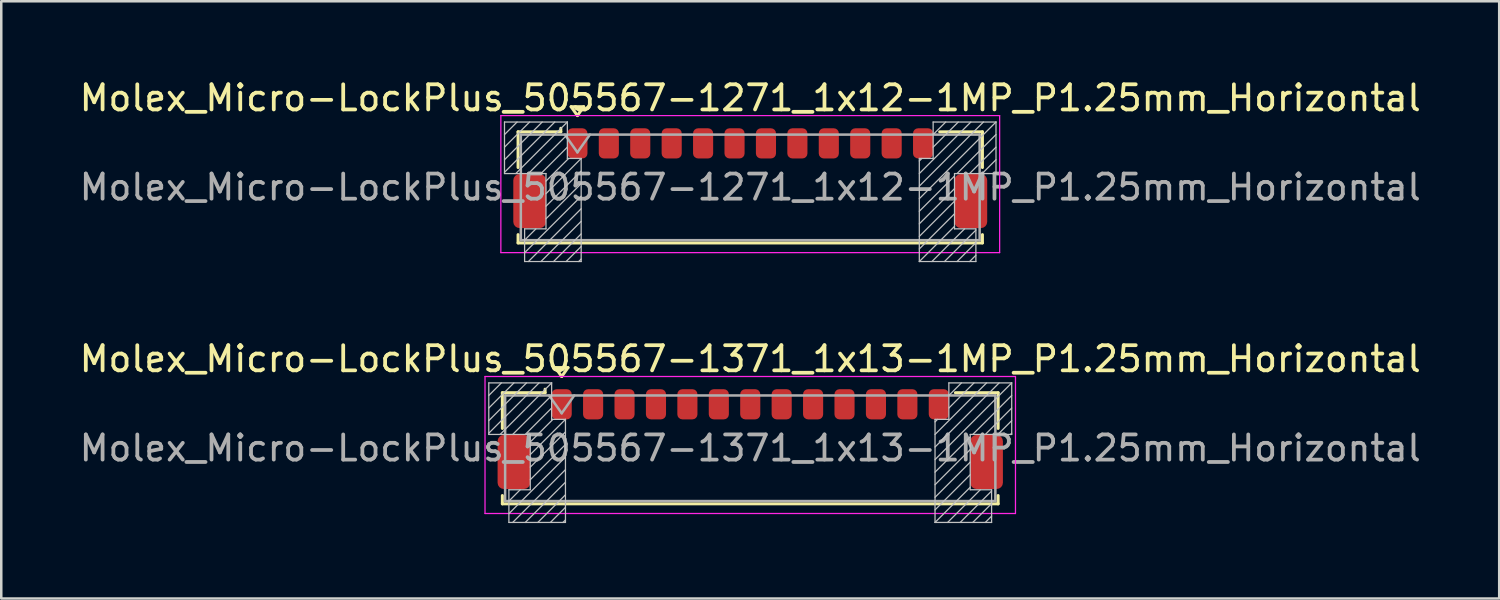
<source format=kicad_pcb>
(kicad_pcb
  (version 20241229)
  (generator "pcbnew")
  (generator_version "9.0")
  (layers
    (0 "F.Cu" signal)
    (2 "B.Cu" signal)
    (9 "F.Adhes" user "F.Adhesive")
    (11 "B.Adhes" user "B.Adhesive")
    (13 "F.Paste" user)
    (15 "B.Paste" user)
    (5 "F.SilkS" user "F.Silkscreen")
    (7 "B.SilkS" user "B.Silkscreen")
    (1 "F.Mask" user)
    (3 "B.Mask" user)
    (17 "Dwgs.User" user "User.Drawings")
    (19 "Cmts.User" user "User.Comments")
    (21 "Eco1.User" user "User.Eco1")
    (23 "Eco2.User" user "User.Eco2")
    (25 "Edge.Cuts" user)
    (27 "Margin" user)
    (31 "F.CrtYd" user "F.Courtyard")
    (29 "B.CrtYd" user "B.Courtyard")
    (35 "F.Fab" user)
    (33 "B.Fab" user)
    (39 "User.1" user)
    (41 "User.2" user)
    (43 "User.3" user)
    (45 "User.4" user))
  (footprint "Molex_Micro-LockPlus_505567-1371_1x13-1MP_P1.25mm_Horizontal"
    (layer "F.Cu")
    (at 26.792 14.416)
    (property "Reference" "Molex_Micro-LockPlus_505567-1371_1x13-1MP_P1.25mm_Horizontal" (at 0 -3.19 0) (layer "F.SilkS") (effects (font (size 1 1) (thickness 0.15))))
    (attr smd)
    (fp_line (start -9.86 -1.845) (end -8.16 -1.845) (stroke (width 0.12) (type solid)) (layer "F.SilkS"))
    (fp_line (start -9.86 -0.425) (end -9.86 -1.845) (stroke (width 0.12) (type solid)) (layer "F.SilkS"))
    (fp_line (start -9.86 2.245) (end -9.86 2.575) (stroke (width 0.12) (type solid)) (layer "F.SilkS"))
    (fp_line (start -9.86 2.575) (end 9.86 2.575) (stroke (width 0.12) (type solid)) (layer "F.SilkS"))
    (fp_line (start -8.16 -1.845) (end -8.16 -1.985) (stroke (width 0.12) (type solid)) (layer "F.SilkS"))
    (fp_line (start -7.75 -2.844) (end -7.5 -2.49) (stroke (width 0.12) (type solid)) (layer "F.SilkS"))
    (fp_line (start -7.5 -2.49) (end -7.25 -2.844) (stroke (width 0.12) (type solid)) (layer "F.SilkS"))
    (fp_line (start -7.25 -2.844) (end -7.75 -2.844) (stroke (width 0.12) (type solid)) (layer "F.SilkS"))
    (fp_line (start 9.86 -1.845) (end 8.16 -1.845) (stroke (width 0.12) (type solid)) (layer "F.SilkS"))
    (fp_line (start 9.86 -0.425) (end 9.86 -1.845) (stroke (width 0.12) (type solid)) (layer "F.SilkS"))
    (fp_line (start 9.86 2.575) (end 9.86 2.245) (stroke (width 0.12) (type solid)) (layer "F.SilkS"))
    (fp_line (start -10.4 -2.235) (end -7.9 -2.235) (stroke (width 0.05) (type solid)) (layer "Dwgs.User"))
    (fp_line (start -10.4 -0.185) (end -10.4 -2.235) (stroke (width 0.05) (type solid)) (layer "Dwgs.User"))
    (fp_line (start -9.9 -2.235) (end -10.4 -1.735) (stroke (width 0.05) (type solid)) (layer "Dwgs.User"))
    (fp_line (start -9.6 2.015) (end -8.75 2.015) (stroke (width 0.05) (type solid)) (layer "Dwgs.User"))
    (fp_line (start -9.6 3.315) (end -9.6 2.015) (stroke (width 0.05) (type solid)) (layer "Dwgs.User"))
    (fp_line (start -9.4 -2.235) (end -10.4 -1.235) (stroke (width 0.05) (type solid)) (layer "Dwgs.User"))
    (fp_line (start -9.15 2.015) (end -9.6 2.465) (stroke (width 0.05) (type solid)) (layer "Dwgs.User"))
    (fp_line (start -8.9 -2.235) (end -10.4 -0.735) (stroke (width 0.05) (type solid)) (layer "Dwgs.User"))
    (fp_line (start -8.75 -0.185) (end -10.4 -0.185) (stroke (width 0.05) (type solid)) (layer "Dwgs.User"))
    (fp_line (start -8.75 2.015) (end -8.75 -0.185) (stroke (width 0.05) (type solid)) (layer "Dwgs.User"))
    (fp_line (start -8.4 -2.235) (end -10.4 -0.235) (stroke (width 0.05) (type solid)) (layer "Dwgs.User"))
    (fp_line (start -7.9 -2.235) (end -9.95 -0.185) (stroke (width 0.05) (type solid)) (layer "Dwgs.User"))
    (fp_line (start -7.9 -2.235) (end -7.9 -0.785) (stroke (width 0.05) (type solid)) (layer "Dwgs.User"))
    (fp_line (start -7.9 -1.735) (end -9.45 -0.185) (stroke (width 0.05) (type solid)) (layer "Dwgs.User"))
    (fp_line (start -7.9 -1.235) (end -8.95 -0.185) (stroke (width 0.05) (type solid)) (layer "Dwgs.User"))
    (fp_line (start -7.9 -0.785) (end -7.35 -0.785) (stroke (width 0.05) (type solid)) (layer "Dwgs.User"))
    (fp_line (start -7.85 -0.785) (end -8.75 0.115) (stroke (width 0.05) (type solid)) (layer "Dwgs.User"))
    (fp_line (start -7.35 -0.785) (end -8.75 0.615) (stroke (width 0.05) (type solid)) (layer "Dwgs.User"))
    (fp_line (start -7.35 -0.785) (end -7.35 3.315) (stroke (width 0.05) (type solid)) (layer "Dwgs.User"))
    (fp_line (start -7.35 -0.285) (end -8.75 1.115) (stroke (width 0.05) (type solid)) (layer "Dwgs.User"))
    (fp_line (start -7.35 0.215) (end -8.75 1.615) (stroke (width 0.05) (type solid)) (layer "Dwgs.User"))
    (fp_line (start -7.35 0.715) (end -9.6 2.965) (stroke (width 0.05) (type solid)) (layer "Dwgs.User"))
    (fp_line (start -7.35 1.215) (end -9.45 3.315) (stroke (width 0.05) (type solid)) (layer "Dwgs.User"))
    (fp_line (start -7.35 1.715) (end -8.95 3.315) (stroke (width 0.05) (type solid)) (layer "Dwgs.User"))
    (fp_line (start -7.35 2.215) (end -8.45 3.315) (stroke (width 0.05) (type solid)) (layer "Dwgs.User"))
    (fp_line (start -7.35 2.715) (end -7.95 3.315) (stroke (width 0.05) (type solid)) (layer "Dwgs.User"))
    (fp_line (start -7.35 3.215) (end -7.45 3.315) (stroke (width 0.05) (type solid)) (layer "Dwgs.User"))
    (fp_line (start -7.35 3.315) (end -9.6 3.315) (stroke (width 0.05) (type solid)) (layer "Dwgs.User"))
    (fp_line (start 7.35 -0.785) (end 7.35 3.315) (stroke (width 0.05) (type solid)) (layer "Dwgs.User"))
    (fp_line (start 7.35 3.315) (end 9.6 3.315) (stroke (width 0.05) (type solid)) (layer "Dwgs.User"))
    (fp_line (start 7.45 -0.785) (end 7.35 -0.685) (stroke (width 0.05) (type solid)) (layer "Dwgs.User"))
    (fp_line (start 7.9 -2.235) (end 7.9 -0.785) (stroke (width 0.05) (type solid)) (layer "Dwgs.User"))
    (fp_line (start 7.9 -0.785) (end 7.35 -0.785) (stroke (width 0.05) (type solid)) (layer "Dwgs.User"))
    (fp_line (start 8.4 -2.235) (end 7.9 -1.735) (stroke (width 0.05) (type solid)) (layer "Dwgs.User"))
    (fp_line (start 8.75 -0.185) (end 10.4 -0.185) (stroke (width 0.05) (type solid)) (layer "Dwgs.User"))
    (fp_line (start 8.75 -0.085) (end 7.35 1.315) (stroke (width 0.05) (type solid)) (layer "Dwgs.User"))
    (fp_line (start 8.75 0.415) (end 7.35 1.815) (stroke (width 0.05) (type solid)) (layer "Dwgs.User"))
    (fp_line (start 8.75 0.915) (end 7.35 2.315) (stroke (width 0.05) (type solid)) (layer "Dwgs.User"))
    (fp_line (start 8.75 1.415) (end 7.35 2.815) (stroke (width 0.05) (type solid)) (layer "Dwgs.User"))
    (fp_line (start 8.75 1.915) (end 7.35 3.315) (stroke (width 0.05) (type solid)) (layer "Dwgs.User"))
    (fp_line (start 8.75 2.015) (end 8.75 -0.185) (stroke (width 0.05) (type solid)) (layer "Dwgs.User"))
    (fp_line (start 8.9 -2.235) (end 7.9 -1.235) (stroke (width 0.05) (type solid)) (layer "Dwgs.User"))
    (fp_line (start 9.15 2.015) (end 7.85 3.315) (stroke (width 0.05) (type solid)) (layer "Dwgs.User"))
    (fp_line (start 9.4 -2.235) (end 7.35 -0.185) (stroke (width 0.05) (type solid)) (layer "Dwgs.User"))
    (fp_line (start 9.6 2.015) (end 8.75 2.015) (stroke (width 0.05) (type solid)) (layer "Dwgs.User"))
    (fp_line (start 9.6 2.065) (end 8.35 3.315) (stroke (width 0.05) (type solid)) (layer "Dwgs.User"))
    (fp_line (start 9.6 2.565) (end 8.85 3.315) (stroke (width 0.05) (type solid)) (layer "Dwgs.User"))
    (fp_line (start 9.6 3.065) (end 9.35 3.315) (stroke (width 0.05) (type solid)) (layer "Dwgs.User"))
    (fp_line (start 9.6 3.315) (end 9.6 2.015) (stroke (width 0.05) (type solid)) (layer "Dwgs.User"))
    (fp_line (start 9.9 -2.235) (end 7.35 0.315) (stroke (width 0.05) (type solid)) (layer "Dwgs.User"))
    (fp_line (start 10.4 -2.235) (end 7.35 0.815) (stroke (width 0.05) (type solid)) (layer "Dwgs.User"))
    (fp_line (start 10.4 -2.235) (end 7.9 -2.235) (stroke (width 0.05) (type solid)) (layer "Dwgs.User"))
    (fp_line (start 10.4 -1.735) (end 8.85 -0.185) (stroke (width 0.05) (type solid)) (layer "Dwgs.User"))
    (fp_line (start 10.4 -1.235) (end 9.35 -0.185) (stroke (width 0.05) (type solid)) (layer "Dwgs.User"))
    (fp_line (start 10.4 -0.735) (end 9.85 -0.185) (stroke (width 0.05) (type solid)) (layer "Dwgs.User"))
    (fp_line (start 10.4 -0.235) (end 10.35 -0.185) (stroke (width 0.05) (type solid)) (layer "Dwgs.User"))
    (fp_line (start 10.4 -0.185) (end 10.4 -2.235) (stroke (width 0.05) (type solid)) (layer "Dwgs.User"))
    (fp_line (start -10.55 -2.49) (end -10.55 2.96) (stroke (width 0.05) (type solid)) (layer "F.CrtYd"))
    (fp_line (start -10.55 2.96) (end 10.55 2.96) (stroke (width 0.05) (type solid)) (layer "F.CrtYd"))
    (fp_line (start 10.55 -2.49) (end -10.55 -2.49) (stroke (width 0.05) (type solid)) (layer "F.CrtYd"))
    (fp_line (start 10.55 2.96) (end 10.55 -2.49) (stroke (width 0.05) (type solid)) (layer "F.CrtYd"))
    (fp_line (start -9.75 -1.735) (end -9.75 2.465) (stroke (width 0.1) (type solid)) (layer "F.Fab"))
    (fp_line (start -9.75 -1.735) (end 9.75 -1.735) (stroke (width 0.1) (type solid)) (layer "F.Fab"))
    (fp_line (start -9.75 2.465) (end 9.75 2.465) (stroke (width 0.1) (type solid)) (layer "F.Fab"))
    (fp_line (start -8 -1.735) (end -7.5 -1.028) (stroke (width 0.1) (type solid)) (layer "F.Fab"))
    (fp_line (start -7.5 -1.028) (end -7 -1.735) (stroke (width 0.1) (type solid)) (layer "F.Fab"))
    (fp_line (start 9.75 -1.735) (end 9.75 2.465) (stroke (width 0.1) (type solid)) (layer "F.Fab"))
    (fp_text user "${REFERENCE}" (at 0 0.36 0) (layer "F.Fab") (effects (font (size 1 1) (thickness 0.15))))
    (pad "1" smd roundrect (at -7.5 -1.385) (size 0.8 1.2) (layers "F.Cu" "F.Mask" "F.Paste") (roundrect_rratio 0.25))
    (pad "2" smd roundrect (at -6.25 -1.385) (size 0.8 1.2) (layers "F.Cu" "F.Mask" "F.Paste") (roundrect_rratio 0.25))
    (pad "3" smd roundrect (at -5 -1.385) (size 0.8 1.2) (layers "F.Cu" "F.Mask" "F.Paste") (roundrect_rratio 0.25))
    (pad "4" smd roundrect (at -3.75 -1.385) (size 0.8 1.2) (layers "F.Cu" "F.Mask" "F.Paste") (roundrect_rratio 0.25))
    (pad "5" smd roundrect (at -2.5 -1.385) (size 0.8 1.2) (layers "F.Cu" "F.Mask" "F.Paste") (roundrect_rratio 0.25))
    (pad "6" smd roundrect (at -1.25 -1.385) (size 0.8 1.2) (layers "F.Cu" "F.Mask" "F.Paste") (roundrect_rratio 0.25))
    (pad "7" smd roundrect (at 0 -1.385) (size 0.8 1.2) (layers "F.Cu" "F.Mask" "F.Paste") (roundrect_rratio 0.25))
    (pad "8" smd roundrect (at 1.25 -1.385) (size 0.8 1.2) (layers "F.Cu" "F.Mask" "F.Paste") (roundrect_rratio 0.25))
    (pad "9" smd roundrect (at 2.5 -1.385) (size 0.8 1.2) (layers "F.Cu" "F.Mask" "F.Paste") (roundrect_rratio 0.25))
    (pad "10" smd roundrect (at 3.75 -1.385) (size 0.8 1.2) (layers "F.Cu" "F.Mask" "F.Paste") (roundrect_rratio 0.25))
    (pad "11" smd roundrect (at 5 -1.385) (size 0.8 1.2) (layers "F.Cu" "F.Mask" "F.Paste") (roundrect_rratio 0.25))
    (pad "12" smd roundrect (at 6.25 -1.385) (size 0.8 1.2) (layers "F.Cu" "F.Mask" "F.Paste") (roundrect_rratio 0.25))
    (pad "13" smd roundrect (at 7.5 -1.385) (size 0.8 1.2) (layers "F.Cu" "F.Mask" "F.Paste") (roundrect_rratio 0.25))
    (pad "MP" smd roundrect (at -9.4 0.91) (size 1.3 2.15) (layers "F.Cu" "F.Mask" "F.Paste") (roundrect_rratio 0.192))
    (pad "MP" smd roundrect (at 9.4 0.91) (size 1.3 2.15) (layers "F.Cu" "F.Mask" "F.Paste") (roundrect_rratio 0.192)))
  (footprint "Molex_Micro-LockPlus_505567-1271_1x12-1MP_P1.25mm_Horizontal"
    (layer "F.Cu")
    (at 26.792 4.038)
    (property "Reference" "Molex_Micro-LockPlus_505567-1271_1x12-1MP_P1.25mm_Horizontal" (at 0 -3.19 0) (layer "F.SilkS") (effects (font (size 1 1) (thickness 0.15))))
    (attr smd)
    (fp_line (start -9.235 -1.845) (end -7.535 -1.845) (stroke (width 0.12) (type solid)) (layer "F.SilkS"))
    (fp_line (start -9.235 -0.425) (end -9.235 -1.845) (stroke (width 0.12) (type solid)) (layer "F.SilkS"))
    (fp_line (start -9.235 2.245) (end -9.235 2.575) (stroke (width 0.12) (type solid)) (layer "F.SilkS"))
    (fp_line (start -9.235 2.575) (end 9.235 2.575) (stroke (width 0.12) (type solid)) (layer "F.SilkS"))
    (fp_line (start -7.535 -1.845) (end -7.535 -1.985) (stroke (width 0.12) (type solid)) (layer "F.SilkS"))
    (fp_line (start -7.125 -2.844) (end -6.875 -2.49) (stroke (width 0.12) (type solid)) (layer "F.SilkS"))
    (fp_line (start -6.875 -2.49) (end -6.625 -2.844) (stroke (width 0.12) (type solid)) (layer "F.SilkS"))
    (fp_line (start -6.625 -2.844) (end -7.125 -2.844) (stroke (width 0.12) (type solid)) (layer "F.SilkS"))
    (fp_line (start 9.235 -1.845) (end 7.535 -1.845) (stroke (width 0.12) (type solid)) (layer "F.SilkS"))
    (fp_line (start 9.235 -0.425) (end 9.235 -1.845) (stroke (width 0.12) (type solid)) (layer "F.SilkS"))
    (fp_line (start 9.235 2.575) (end 9.235 2.245) (stroke (width 0.12) (type solid)) (layer "F.SilkS"))
    (fp_line (start -9.775 -2.235) (end -7.275 -2.235) (stroke (width 0.05) (type solid)) (layer "Dwgs.User"))
    (fp_line (start -9.775 -0.185) (end -9.775 -2.235) (stroke (width 0.05) (type solid)) (layer "Dwgs.User"))
    (fp_line (start -9.275 -2.235) (end -9.775 -1.735) (stroke (width 0.05) (type solid)) (layer "Dwgs.User"))
    (fp_line (start -8.975 2.015) (end -8.125 2.015) (stroke (width 0.05) (type solid)) (layer "Dwgs.User"))
    (fp_line (start -8.975 3.315) (end -8.975 2.015) (stroke (width 0.05) (type solid)) (layer "Dwgs.User"))
    (fp_line (start -8.775 -2.235) (end -9.775 -1.235) (stroke (width 0.05) (type solid)) (layer "Dwgs.User"))
    (fp_line (start -8.525 2.015) (end -8.975 2.465) (stroke (width 0.05) (type solid)) (layer "Dwgs.User"))
    (fp_line (start -8.275 -2.235) (end -9.775 -0.735) (stroke (width 0.05) (type solid)) (layer "Dwgs.User"))
    (fp_line (start -8.125 -0.185) (end -9.775 -0.185) (stroke (width 0.05) (type solid)) (layer "Dwgs.User"))
    (fp_line (start -8.125 2.015) (end -8.125 -0.185) (stroke (width 0.05) (type solid)) (layer "Dwgs.User"))
    (fp_line (start -7.775 -2.235) (end -9.775 -0.235) (stroke (width 0.05) (type solid)) (layer "Dwgs.User"))
    (fp_line (start -7.275 -2.235) (end -9.325 -0.185) (stroke (width 0.05) (type solid)) (layer "Dwgs.User"))
    (fp_line (start -7.275 -2.235) (end -7.275 -0.785) (stroke (width 0.05) (type solid)) (layer "Dwgs.User"))
    (fp_line (start -7.275 -1.735) (end -8.825 -0.185) (stroke (width 0.05) (type solid)) (layer "Dwgs.User"))
    (fp_line (start -7.275 -1.235) (end -8.325 -0.185) (stroke (width 0.05) (type solid)) (layer "Dwgs.User"))
    (fp_line (start -7.275 -0.785) (end -6.725 -0.785) (stroke (width 0.05) (type solid)) (layer "Dwgs.User"))
    (fp_line (start -7.225 -0.785) (end -8.125 0.115) (stroke (width 0.05) (type solid)) (layer "Dwgs.User"))
    (fp_line (start -6.725 -0.785) (end -8.125 0.615) (stroke (width 0.05) (type solid)) (layer "Dwgs.User"))
    (fp_line (start -6.725 -0.785) (end -6.725 3.315) (stroke (width 0.05) (type solid)) (layer "Dwgs.User"))
    (fp_line (start -6.725 -0.285) (end -8.125 1.115) (stroke (width 0.05) (type solid)) (layer "Dwgs.User"))
    (fp_line (start -6.725 0.215) (end -8.125 1.615) (stroke (width 0.05) (type solid)) (layer "Dwgs.User"))
    (fp_line (start -6.725 0.715) (end -8.975 2.965) (stroke (width 0.05) (type solid)) (layer "Dwgs.User"))
    (fp_line (start -6.725 1.215) (end -8.825 3.315) (stroke (width 0.05) (type solid)) (layer "Dwgs.User"))
    (fp_line (start -6.725 1.715) (end -8.325 3.315) (stroke (width 0.05) (type solid)) (layer "Dwgs.User"))
    (fp_line (start -6.725 2.215) (end -7.825 3.315) (stroke (width 0.05) (type solid)) (layer "Dwgs.User"))
    (fp_line (start -6.725 2.715) (end -7.325 3.315) (stroke (width 0.05) (type solid)) (layer "Dwgs.User"))
    (fp_line (start -6.725 3.215) (end -6.825 3.315) (stroke (width 0.05) (type solid)) (layer "Dwgs.User"))
    (fp_line (start -6.725 3.315) (end -8.975 3.315) (stroke (width 0.05) (type solid)) (layer "Dwgs.User"))
    (fp_line (start 6.725 -0.785) (end 6.725 3.315) (stroke (width 0.05) (type solid)) (layer "Dwgs.User"))
    (fp_line (start 6.725 3.315) (end 8.975 3.315) (stroke (width 0.05) (type solid)) (layer "Dwgs.User"))
    (fp_line (start 6.825 -0.785) (end 6.725 -0.685) (stroke (width 0.05) (type solid)) (layer "Dwgs.User"))
    (fp_line (start 7.275 -2.235) (end 7.275 -0.785) (stroke (width 0.05) (type solid)) (layer "Dwgs.User"))
    (fp_line (start 7.275 -0.785) (end 6.725 -0.785) (stroke (width 0.05) (type solid)) (layer "Dwgs.User"))
    (fp_line (start 7.775 -2.235) (end 7.275 -1.735) (stroke (width 0.05) (type solid)) (layer "Dwgs.User"))
    (fp_line (start 8.125 -0.185) (end 9.775 -0.185) (stroke (width 0.05) (type solid)) (layer "Dwgs.User"))
    (fp_line (start 8.125 -0.085) (end 6.725 1.315) (stroke (width 0.05) (type solid)) (layer "Dwgs.User"))
    (fp_line (start 8.125 0.415) (end 6.725 1.815) (stroke (width 0.05) (type solid)) (layer "Dwgs.User"))
    (fp_line (start 8.125 0.915) (end 6.725 2.315) (stroke (width 0.05) (type solid)) (layer "Dwgs.User"))
    (fp_line (start 8.125 1.415) (end 6.725 2.815) (stroke (width 0.05) (type solid)) (layer "Dwgs.User"))
    (fp_line (start 8.125 1.915) (end 6.725 3.315) (stroke (width 0.05) (type solid)) (layer "Dwgs.User"))
    (fp_line (start 8.125 2.015) (end 8.125 -0.185) (stroke (width 0.05) (type solid)) (layer "Dwgs.User"))
    (fp_line (start 8.275 -2.235) (end 7.275 -1.235) (stroke (width 0.05) (type solid)) (layer "Dwgs.User"))
    (fp_line (start 8.525 2.015) (end 7.225 3.315) (stroke (width 0.05) (type solid)) (layer "Dwgs.User"))
    (fp_line (start 8.775 -2.235) (end 6.725 -0.185) (stroke (width 0.05) (type solid)) (layer "Dwgs.User"))
    (fp_line (start 8.975 2.015) (end 8.125 2.015) (stroke (width 0.05) (type solid)) (layer "Dwgs.User"))
    (fp_line (start 8.975 2.065) (end 7.725 3.315) (stroke (width 0.05) (type solid)) (layer "Dwgs.User"))
    (fp_line (start 8.975 2.565) (end 8.225 3.315) (stroke (width 0.05) (type solid)) (layer "Dwgs.User"))
    (fp_line (start 8.975 3.065) (end 8.725 3.315) (stroke (width 0.05) (type solid)) (layer "Dwgs.User"))
    (fp_line (start 8.975 3.315) (end 8.975 2.015) (stroke (width 0.05) (type solid)) (layer "Dwgs.User"))
    (fp_line (start 9.275 -2.235) (end 6.725 0.315) (stroke (width 0.05) (type solid)) (layer "Dwgs.User"))
    (fp_line (start 9.775 -2.235) (end 6.725 0.815) (stroke (width 0.05) (type solid)) (layer "Dwgs.User"))
    (fp_line (start 9.775 -2.235) (end 7.275 -2.235) (stroke (width 0.05) (type solid)) (layer "Dwgs.User"))
    (fp_line (start 9.775 -1.735) (end 8.225 -0.185) (stroke (width 0.05) (type solid)) (layer "Dwgs.User"))
    (fp_line (start 9.775 -1.235) (end 8.725 -0.185) (stroke (width 0.05) (type solid)) (layer "Dwgs.User"))
    (fp_line (start 9.775 -0.735) (end 9.225 -0.185) (stroke (width 0.05) (type solid)) (layer "Dwgs.User"))
    (fp_line (start 9.775 -0.235) (end 9.725 -0.185) (stroke (width 0.05) (type solid)) (layer "Dwgs.User"))
    (fp_line (start 9.775 -0.185) (end 9.775 -2.235) (stroke (width 0.05) (type solid)) (layer "Dwgs.User"))
    (fp_line (start -9.92 -2.49) (end -9.92 2.96) (stroke (width 0.05) (type solid)) (layer "F.CrtYd"))
    (fp_line (start -9.92 2.96) (end 9.92 2.96) (stroke (width 0.05) (type solid)) (layer "F.CrtYd"))
    (fp_line (start 9.92 -2.49) (end -9.92 -2.49) (stroke (width 0.05) (type solid)) (layer "F.CrtYd"))
    (fp_line (start 9.92 2.96) (end 9.92 -2.49) (stroke (width 0.05) (type solid)) (layer "F.CrtYd"))
    (fp_line (start -9.125 -1.735) (end -9.125 2.465) (stroke (width 0.1) (type solid)) (layer "F.Fab"))
    (fp_line (start -9.125 -1.735) (end 9.125 -1.735) (stroke (width 0.1) (type solid)) (layer "F.Fab"))
    (fp_line (start -9.125 2.465) (end 9.125 2.465) (stroke (width 0.1) (type solid)) (layer "F.Fab"))
    (fp_line (start -7.375 -1.735) (end -6.875 -1.028) (stroke (width 0.1) (type solid)) (layer "F.Fab"))
    (fp_line (start -6.875 -1.028) (end -6.375 -1.735) (stroke (width 0.1) (type solid)) (layer "F.Fab"))
    (fp_line (start 9.125 -1.735) (end 9.125 2.465) (stroke (width 0.1) (type solid)) (layer "F.Fab"))
    (fp_text user "${REFERENCE}" (at 0 0.36 0) (layer "F.Fab") (effects (font (size 1 1) (thickness 0.15))))
    (pad "1" smd roundrect (at -6.875 -1.385) (size 0.8 1.2) (layers "F.Cu" "F.Mask" "F.Paste") (roundrect_rratio 0.25))
    (pad "2" smd roundrect (at -5.625 -1.385) (size 0.8 1.2) (layers "F.Cu" "F.Mask" "F.Paste") (roundrect_rratio 0.25))
    (pad "3" smd roundrect (at -4.375 -1.385) (size 0.8 1.2) (layers "F.Cu" "F.Mask" "F.Paste") (roundrect_rratio 0.25))
    (pad "4" smd roundrect (at -3.125 -1.385) (size 0.8 1.2) (layers "F.Cu" "F.Mask" "F.Paste") (roundrect_rratio 0.25))
    (pad "5" smd roundrect (at -1.875 -1.385) (size 0.8 1.2) (layers "F.Cu" "F.Mask" "F.Paste") (roundrect_rratio 0.25))
    (pad "6" smd roundrect (at -0.625 -1.385) (size 0.8 1.2) (layers "F.Cu" "F.Mask" "F.Paste") (roundrect_rratio 0.25))
    (pad "7" smd roundrect (at 0.625 -1.385) (size 0.8 1.2) (layers "F.Cu" "F.Mask" "F.Paste") (roundrect_rratio 0.25))
    (pad "8" smd roundrect (at 1.875 -1.385) (size 0.8 1.2) (layers "F.Cu" "F.Mask" "F.Paste") (roundrect_rratio 0.25))
    (pad "9" smd roundrect (at 3.125 -1.385) (size 0.8 1.2) (layers "F.Cu" "F.Mask" "F.Paste") (roundrect_rratio 0.25))
    (pad "10" smd roundrect (at 4.375 -1.385) (size 0.8 1.2) (layers "F.Cu" "F.Mask" "F.Paste") (roundrect_rratio 0.25))
    (pad "11" smd roundrect (at 5.625 -1.385) (size 0.8 1.2) (layers "F.Cu" "F.Mask" "F.Paste") (roundrect_rratio 0.25))
    (pad "12" smd roundrect (at 6.875 -1.385) (size 0.8 1.2) (layers "F.Cu" "F.Mask" "F.Paste") (roundrect_rratio 0.25))
    (pad "MP" smd roundrect (at -8.775 0.91) (size 1.3 2.15) (layers "F.Cu" "F.Mask" "F.Paste") (roundrect_rratio 0.192))
    (pad "MP" smd roundrect (at 8.775 0.91) (size 1.3 2.15) (layers "F.Cu" "F.Mask" "F.Paste") (roundrect_rratio 0.192)))
  (gr_rect
    (start -3 -3)
    (end 56.583 20.756)
    (stroke (width 0.1) (type default))
    (fill no)
    (layer "Edge.Cuts")))
</source>
